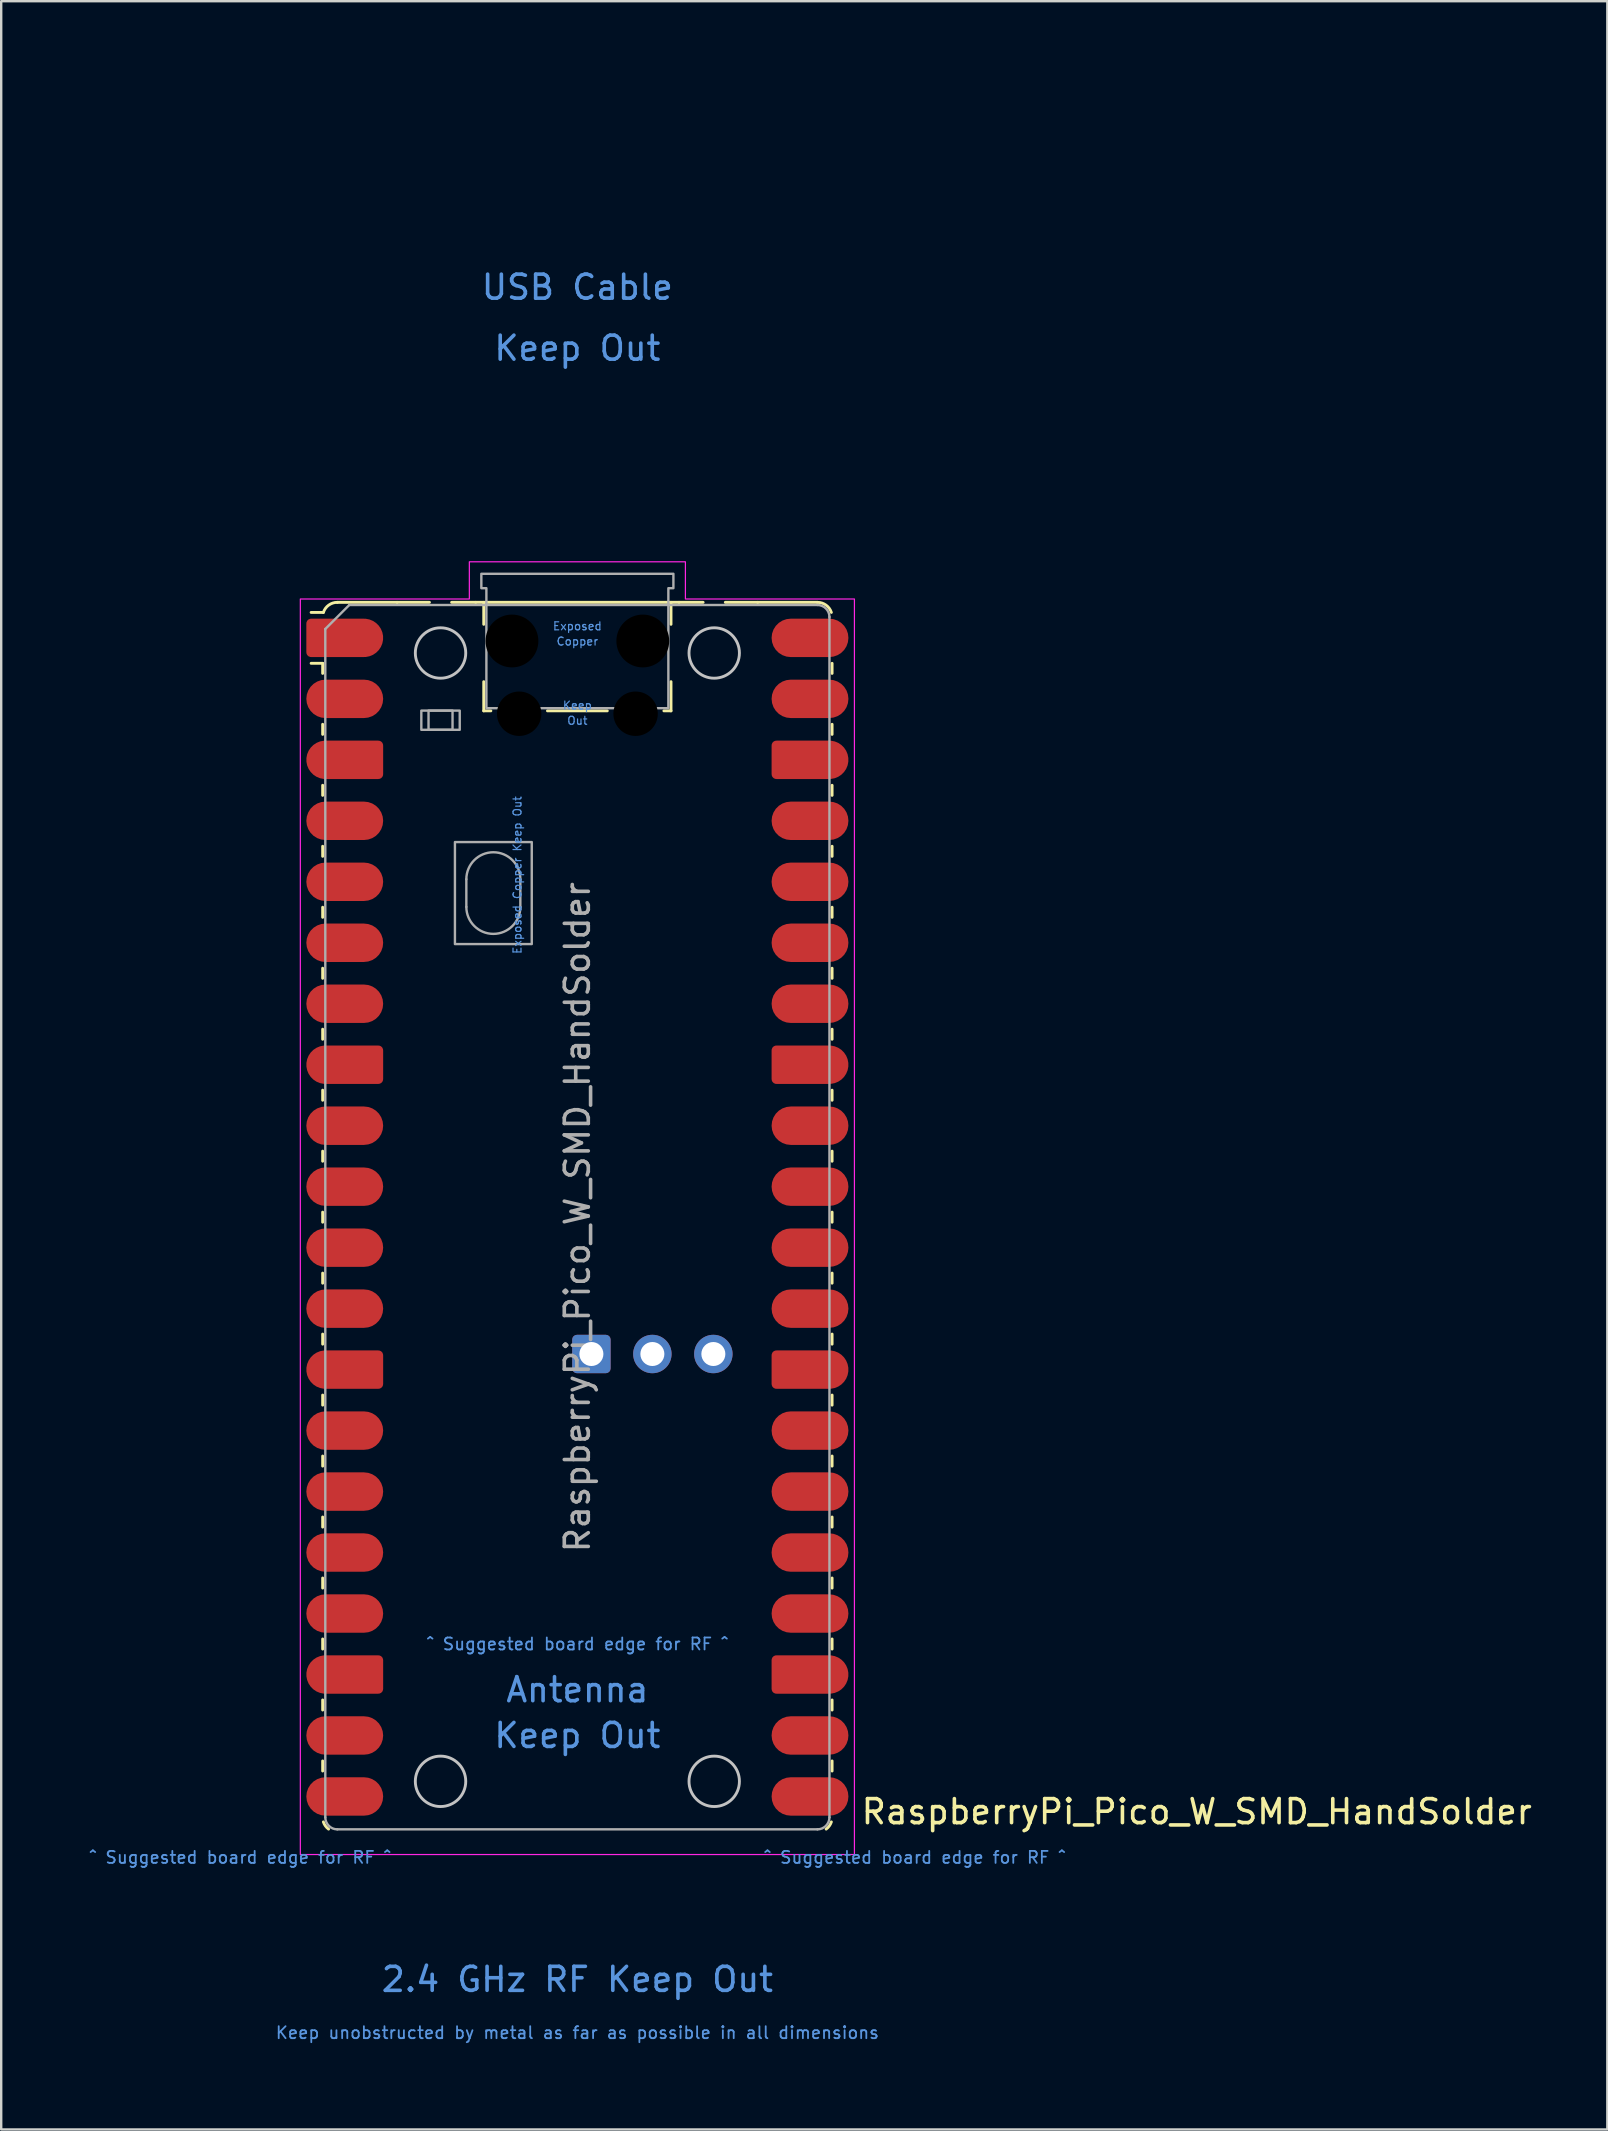
<source format=kicad_pcb>
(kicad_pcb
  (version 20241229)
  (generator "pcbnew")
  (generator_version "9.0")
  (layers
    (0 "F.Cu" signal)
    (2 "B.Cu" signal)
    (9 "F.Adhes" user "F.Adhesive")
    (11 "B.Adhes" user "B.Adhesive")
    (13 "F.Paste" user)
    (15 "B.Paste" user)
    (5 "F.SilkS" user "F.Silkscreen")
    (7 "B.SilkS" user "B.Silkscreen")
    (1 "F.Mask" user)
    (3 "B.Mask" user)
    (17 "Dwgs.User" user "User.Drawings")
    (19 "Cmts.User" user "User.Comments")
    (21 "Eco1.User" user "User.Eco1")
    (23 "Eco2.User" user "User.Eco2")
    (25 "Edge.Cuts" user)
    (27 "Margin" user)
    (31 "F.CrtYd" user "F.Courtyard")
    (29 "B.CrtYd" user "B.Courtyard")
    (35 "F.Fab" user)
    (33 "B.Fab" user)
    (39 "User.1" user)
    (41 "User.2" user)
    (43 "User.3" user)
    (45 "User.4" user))
  (footprint "RaspberryPi_Pico_W_SMD_HandSolder"
    (layer "F.Cu")
    (at 21 47.65)
    (property "Reference" "RaspberryPi_Pico_W_SMD_HandSolder" (at 11.748 24.765 0) (unlocked yes) (layer "F.SilkS") (effects (font (size 1 1) (thickness 0.15)) (justify left)))
    (attr smd)
    (fp_line (start -10.61 -23.07) (end -11.09 -23.07) (stroke (width 0.12) (type solid)) (layer "F.SilkS"))
    (fp_line (start -10.61 -23.07) (end -10.61 -22.65) (stroke (width 0.12) (type solid)) (layer "F.SilkS"))
    (fp_line (start -10.61 -20.53) (end -10.61 -20.11) (stroke (width 0.12) (type solid)) (layer "F.SilkS"))
    (fp_line (start -10.61 -17.99) (end -10.61 -17.57) (stroke (width 0.12) (type solid)) (layer "F.SilkS"))
    (fp_line (start -10.61 -15.45) (end -10.61 -15.03) (stroke (width 0.12) (type solid)) (layer "F.SilkS"))
    (fp_line (start -10.61 -12.91) (end -10.61 -12.49) (stroke (width 0.12) (type solid)) (layer "F.SilkS"))
    (fp_line (start -10.61 -10.37) (end -10.61 -9.95) (stroke (width 0.12) (type solid)) (layer "F.SilkS"))
    (fp_line (start -10.61 -7.83) (end -10.61 -7.41) (stroke (width 0.12) (type solid)) (layer "F.SilkS"))
    (fp_line (start -10.61 -5.29) (end -10.61 -4.87) (stroke (width 0.12) (type solid)) (layer "F.SilkS"))
    (fp_line (start -10.61 -2.75) (end -10.61 -2.33) (stroke (width 0.12) (type solid)) (layer "F.SilkS"))
    (fp_line (start -10.61 -0.21) (end -10.61 0.21) (stroke (width 0.12) (type solid)) (layer "F.SilkS"))
    (fp_line (start -10.61 2.33) (end -10.61 2.75) (stroke (width 0.12) (type solid)) (layer "F.SilkS"))
    (fp_line (start -10.61 4.87) (end -10.61 5.29) (stroke (width 0.12) (type solid)) (layer "F.SilkS"))
    (fp_line (start -10.61 7.41) (end -10.61 7.83) (stroke (width 0.12) (type solid)) (layer "F.SilkS"))
    (fp_line (start -10.61 9.95) (end -10.61 10.37) (stroke (width 0.12) (type solid)) (layer "F.SilkS"))
    (fp_line (start -10.61 12.49) (end -10.61 12.91) (stroke (width 0.12) (type solid)) (layer "F.SilkS"))
    (fp_line (start -10.61 15.03) (end -10.61 15.45) (stroke (width 0.12) (type solid)) (layer "F.SilkS"))
    (fp_line (start -10.61 17.57) (end -10.61 17.99) (stroke (width 0.12) (type solid)) (layer "F.SilkS"))
    (fp_line (start -10.61 20.11) (end -10.61 20.53) (stroke (width 0.12) (type solid)) (layer "F.SilkS"))
    (fp_line (start -10.61 22.65) (end -10.61 23.07) (stroke (width 0.12) (type solid)) (layer "F.SilkS"))
    (fp_line (start -10.58 -25.19) (end -11.09 -25.19) (stroke (width 0.12) (type solid)) (layer "F.SilkS"))
    (fp_line (start -10 -25.61) (end -7.51 -25.61) (stroke (width 0.12) (type solid)) (layer "F.SilkS"))
    (fp_line (start -7.51 -25.61) (end -6.162 -25.61) (stroke (width 0.12) (type solid)) (layer "F.SilkS"))
    (fp_line (start -5.238 -25.61) (end -4.235 -25.61) (stroke (width 0.12) (type solid)) (layer "F.SilkS"))
    (fp_line (start -4.235 -25.61) (end 4.235 -25.61) (stroke (width 0.12) (type solid)) (layer "F.SilkS"))
    (fp_line (start -3.9 -25.61) (end -3.9 -24.694) (stroke (width 0.12) (type solid)) (layer "F.SilkS"))
    (fp_line (start -3.9 -22.306) (end -3.9 -21.09) (stroke (width 0.12) (type solid)) (layer "F.SilkS"))
    (fp_line (start -3.9 -21.09) (end -3.604 -21.09) (stroke (width 0.12) (type solid)) (layer "F.SilkS"))
    (fp_line (start -1.246 -21.09) (end 1.246 -21.09) (stroke (width 0.12) (type solid)) (layer "F.SilkS"))
    (fp_line (start 3.604 -21.09) (end 3.9 -21.09) (stroke (width 0.12) (type solid)) (layer "F.SilkS"))
    (fp_line (start 3.9 -25.61) (end 3.9 -24.694) (stroke (width 0.12) (type solid)) (layer "F.SilkS"))
    (fp_line (start 3.9 -22.306) (end 3.9 -21.09) (stroke (width 0.12) (type solid)) (layer "F.SilkS"))
    (fp_line (start 4.235 -25.61) (end 5.238 -25.61) (stroke (width 0.12) (type solid)) (layer "F.SilkS"))
    (fp_line (start 6.162 -25.61) (end 7.51 -25.61) (stroke (width 0.12) (type solid)) (layer "F.SilkS"))
    (fp_line (start 10 -25.61) (end 7.51 -25.61) (stroke (width 0.12) (type solid)) (layer "F.SilkS"))
    (fp_line (start 10.61 -23.07) (end 10.61 -22.65) (stroke (width 0.12) (type solid)) (layer "F.SilkS"))
    (fp_line (start 10.61 -20.53) (end 10.61 -20.11) (stroke (width 0.12) (type solid)) (layer "F.SilkS"))
    (fp_line (start 10.61 -17.99) (end 10.61 -17.57) (stroke (width 0.12) (type solid)) (layer "F.SilkS"))
    (fp_line (start 10.61 -15.45) (end 10.61 -15.03) (stroke (width 0.12) (type solid)) (layer "F.SilkS"))
    (fp_line (start 10.61 -12.91) (end 10.61 -12.49) (stroke (width 0.12) (type solid)) (layer "F.SilkS"))
    (fp_line (start 10.61 -10.37) (end 10.61 -9.95) (stroke (width 0.12) (type solid)) (layer "F.SilkS"))
    (fp_line (start 10.61 -7.83) (end 10.61 -7.41) (stroke (width 0.12) (type solid)) (layer "F.SilkS"))
    (fp_line (start 10.61 -5.29) (end 10.61 -4.87) (stroke (width 0.12) (type solid)) (layer "F.SilkS"))
    (fp_line (start 10.61 -2.75) (end 10.61 -2.33) (stroke (width 0.12) (type solid)) (layer "F.SilkS"))
    (fp_line (start 10.61 -0.21) (end 10.61 0.21) (stroke (width 0.12) (type solid)) (layer "F.SilkS"))
    (fp_line (start 10.61 2.33) (end 10.61 2.75) (stroke (width 0.12) (type solid)) (layer "F.SilkS"))
    (fp_line (start 10.61 4.87) (end 10.61 5.29) (stroke (width 0.12) (type solid)) (layer "F.SilkS"))
    (fp_line (start 10.61 7.41) (end 10.61 7.83) (stroke (width 0.12) (type solid)) (layer "F.SilkS"))
    (fp_line (start 10.61 9.95) (end 10.61 10.37) (stroke (width 0.12) (type solid)) (layer "F.SilkS"))
    (fp_line (start 10.61 12.49) (end 10.61 12.91) (stroke (width 0.12) (type solid)) (layer "F.SilkS"))
    (fp_line (start 10.61 15.03) (end 10.61 15.45) (stroke (width 0.12) (type solid)) (layer "F.SilkS"))
    (fp_line (start 10.61 17.57) (end 10.61 17.99) (stroke (width 0.12) (type solid)) (layer "F.SilkS"))
    (fp_line (start 10.61 20.11) (end 10.61 20.53) (stroke (width 0.12) (type solid)) (layer "F.SilkS"))
    (fp_line (start 10.61 22.65) (end 10.61 23.07) (stroke (width 0.12) (type solid)) (layer "F.SilkS"))
    (fp_arc (start -10.579676 -25.19) (mid -10.357938 -25.493944) (end -10 -25.61) (stroke (width 0.12) (type solid)) (layer "F.SilkS"))
    (fp_arc (start -10.363318 25.49) (mid -10.494791 25.356765) (end -10.579676 25.189937) (stroke (width 0.12) (type solid)) (layer "F.SilkS"))
    (fp_arc (start 10 -25.61) (mid 10.357937 -25.493944) (end 10.579676 -25.189937) (stroke (width 0.12) (type solid)) (layer "F.SilkS"))
    (fp_arc (start 10.579676 25.189937) (mid 10.494803 25.356773) (end 10.363318 25.49) (stroke (width 0.12) (type solid)) (layer "F.SilkS"))
    (fp_circle (center -5.7 -23.5) (end -4.65 -23.5) (stroke (width 0.12) (type solid)) (fill no) (layer "Dwgs.User"))
    (fp_circle (center -5.7 23.5) (end -4.65 23.5) (stroke (width 0.12) (type solid)) (fill no) (layer "Dwgs.User"))
    (fp_circle (center 5.7 -23.5) (end 6.75 -23.5) (stroke (width 0.12) (type solid)) (fill no) (layer "Dwgs.User"))
    (fp_circle (center 5.7 23.5) (end 6.75 23.5) (stroke (width 0.12) (type solid)) (fill no) (layer "Dwgs.User"))
    (fp_poly (pts (xy -4.5 -27.3) (xy 4.5 -27.3) (xy 4.5 -25.75) (xy 11.54 -25.75) (xy 11.54 26.55) (xy -11.54 26.55) (xy -11.54 -25.75) (xy -4.5 -25.75)) (stroke (width 0.05) (type solid)) (fill no) (layer "F.CrtYd"))
    (fp_line (start -10.5 -24.5) (end -9.5 -25.5) (stroke (width 0.1) (type solid)) (layer "F.Fab"))
    (fp_line (start -10.5 25) (end -10.5 -24.5) (stroke (width 0.1) (type solid)) (layer "F.Fab"))
    (fp_line (start -9.5 -25.5) (end 10 -25.5) (stroke (width 0.1) (type solid)) (layer "F.Fab"))
    (fp_line (start -4.625 -14.075) (end -4.625 -12.925) (stroke (width 0.1) (type solid)) (layer "F.Fab"))
    (fp_line (start -2.375 -14.075) (end -2.375 -12.925) (stroke (width 0.1) (type solid)) (layer "F.Fab"))
    (fp_line (start 10 25.5) (end -10 25.5) (stroke (width 0.1) (type solid)) (layer "F.Fab"))
    (fp_line (start 10.5 -25) (end 10.5 25) (stroke (width 0.1) (type solid)) (layer "F.Fab"))
    (fp_rect (start -6.5 -21.1) (end -4.9 -20.3) (stroke (width 0.1) (type solid)) (fill no) (layer "F.Fab"))
    (fp_rect (start -6.2 -21.1) (end -5.2 -20.3) (stroke (width 0.1) (type solid)) (fill no) (layer "F.Fab"))
    (fp_rect (start -5.1 -15.625) (end -1.9 -11.375) (stroke (width 0.1) (type solid)) (fill no) (layer "F.Fab"))
    (fp_arc (start -10 25.5) (mid -10.353553 25.353553) (end -10.5 25) (stroke (width 0.1) (type solid)) (layer "F.Fab"))
    (fp_arc (start -4.625 -14.075) (mid -3.5 -15.2) (end -2.375 -14.075) (stroke (width 0.1) (type solid)) (layer "F.Fab"))
    (fp_arc (start -2.375 -12.925) (mid -3.5 -11.8) (end -4.625 -12.925) (stroke (width 0.1) (type solid)) (layer "F.Fab"))
    (fp_arc (start 10 -25.5) (mid 10.353553 -25.353553) (end 10.5 -25) (stroke (width 0.1) (type solid)) (layer "F.Fab"))
    (fp_arc (start 10.5 25) (mid 10.353553 25.353553) (end 10 25.5) (stroke (width 0.1) (type solid)) (layer "F.Fab"))
    (fp_poly (pts (xy 3.79 -21.2) (xy 3.79 -26.2) (xy 4 -26.2) (xy 4 -26.8) (xy -4 -26.8) (xy -4 -26.2) (xy -3.79 -26.2) (xy -3.79 -21.2)) (stroke (width 0.1) (type solid)) (fill no) (layer "F.Fab"))
    (fp_text user "USB Cable" (at 0 -38.735 0) (unlocked yes) (layer "Cmts.User") (effects (font (size 1 1) (thickness 0.15))))
    (fp_text user "Keep Out" (at 0 -36.195 0) (unlocked yes) (layer "Cmts.User") (effects (font (size 1 1) (thickness 0.15))))
    (fp_text user "^ Suggested board edge for RF ^" (at -14.05 26.67 0) (unlocked yes) (layer "Cmts.User") (effects (font (size 0.5 0.5) (thickness 0.075))))
    (fp_text user "^ Suggested board edge for RF ^" (at 14.05 26.67 0) (unlocked yes) (layer "Cmts.User") (effects (font (size 0.5 0.5) (thickness 0.075))))
    (fp_text user "Out" (at 0 -20.683 0) (unlocked yes) (layer "Cmts.User") (effects (font (size 0.333 0.333) (thickness 0.05))))
    (fp_text user "Keep" (at 0 -21.317 0) (unlocked yes) (layer "Cmts.User") (effects (font (size 0.333 0.333) (thickness 0.05))))
    (fp_text user "Keep unobstructed by metal as far as possible in all dimensions" (at 0 33.972 0) (unlocked yes) (layer "Cmts.User") (effects (font (size 0.5 0.5) (thickness 0.075))))
    (fp_text user "Exposed Copper Keep Out" (at -2.5 -14.25 90) (unlocked yes) (layer "Cmts.User") (effects (font (size 0.333 0.333) (thickness 0.05))))
    (fp_text user "^ Suggested board edge for RF ^" (at 0 17.78 0) (unlocked yes) (layer "Cmts.User") (effects (font (size 0.5 0.5) (thickness 0.075))))
    (fp_text user "Keep Out" (at 0 21.59 0) (unlocked yes) (layer "Cmts.User") (effects (font (size 1 1) (thickness 0.15))))
    (fp_text user "Exposed" (at 0 -24.617 0) (unlocked yes) (layer "Cmts.User") (effects (font (size 0.333 0.333) (thickness 0.05))))
    (fp_text user "Copper" (at 0 -23.983 0) (unlocked yes) (layer "Cmts.User") (effects (font (size 0.333 0.333) (thickness 0.05))))
    (fp_text user "Antenna" (at 0 19.685 0) (unlocked yes) (layer "Cmts.User") (effects (font (size 1 1) (thickness 0.15))))
    (fp_text user "2.4 GHz RF Keep Out" (at 0 31.75 0) (unlocked yes) (layer "Cmts.User") (effects (font (size 1 1) (thickness 0.15))))
    (fp_text user "${REFERENCE}" (at 0 0 90) (layer "F.Fab") (effects (font (size 1 1) (thickness 0.15))))
    (pad "" smd rect (at -8.89 -24.13) (size 3.8 2.2) (drill (offset -0.8 0)) (layers "F.Paste"))
    (pad "" smd rect (at -8.89 -21.59) (size 3.8 2.2) (drill (offset -0.8 0)) (layers "F.Paste"))
    (pad "" smd rect (at -8.89 -19.05) (size 3.8 2.2) (drill (offset -0.8 0)) (layers "F.Paste"))
    (pad "" smd rect (at -8.89 -16.51) (size 3.8 2.2) (drill (offset -0.8 0)) (layers "F.Paste"))
    (pad "" smd rect (at -8.89 -13.97) (size 3.8 2.2) (drill (offset -0.8 0)) (layers "F.Paste"))
    (pad "" smd rect (at -8.89 -11.43) (size 3.8 2.2) (drill (offset -0.8 0)) (layers "F.Paste"))
    (pad "" smd rect (at -8.89 -8.89) (size 3.8 2.2) (drill (offset -0.8 0)) (layers "F.Paste"))
    (pad "" smd rect (at -8.89 -6.35) (size 3.8 2.2) (drill (offset -0.8 0)) (layers "F.Paste"))
    (pad "" smd rect (at -8.89 -3.81) (size 3.8 2.2) (drill (offset -0.8 0)) (layers "F.Paste"))
    (pad "" smd rect (at -8.89 -1.27) (size 3.8 2.2) (drill (offset -0.8 0)) (layers "F.Paste"))
    (pad "" smd rect (at -8.89 1.27) (size 3.8 2.2) (drill (offset -0.8 0)) (layers "F.Paste"))
    (pad "" smd rect (at -8.89 3.81) (size 3.8 2.2) (drill (offset -0.8 0)) (layers "F.Paste"))
    (pad "" smd rect (at -8.89 6.35) (size 3.8 2.2) (drill (offset -0.8 0)) (layers "F.Paste"))
    (pad "" smd rect (at -8.89 8.89) (size 3.8 2.2) (drill (offset -0.8 0)) (layers "F.Paste"))
    (pad "" smd rect (at -8.89 11.43) (size 3.8 2.2) (drill (offset -0.8 0)) (layers "F.Paste"))
    (pad "" smd rect (at -8.89 13.97) (size 3.8 2.2) (drill (offset -0.8 0)) (layers "F.Paste"))
    (pad "" smd rect (at -8.89 16.51) (size 3.8 2.2) (drill (offset -0.8 0)) (layers "F.Paste"))
    (pad "" smd rect (at -8.89 19.05) (size 3.8 2.2) (drill (offset -0.8 0)) (layers "F.Paste"))
    (pad "" smd rect (at -8.89 21.59) (size 3.8 2.2) (drill (offset -0.8 0)) (layers "F.Paste"))
    (pad "" smd rect (at -8.89 24.13) (size 3.8 2.2) (drill (offset -0.8 0)) (layers "F.Paste"))
    (pad "" np_thru_hole circle (at -2.725 -24) (size 2.2 2.2) (drill 2.2) (layers "*.Mask"))
    (pad "" np_thru_hole circle (at -2.425 -20.97) (size 1.85 1.85) (drill 1.85) (layers "*.Mask"))
    (pad "" np_thru_hole circle (at 2.425 -20.97) (size 1.85 1.85) (drill 1.85) (layers "*.Mask"))
    (pad "" np_thru_hole circle (at 2.725 -24) (size 2.2 2.2) (drill 2.2) (layers "*.Mask"))
    (pad "" smd rect (at 8.89 -24.13) (size 3.8 2.2) (drill (offset 0.8 0)) (layers "F.Paste"))
    (pad "" smd rect (at 8.89 -21.59) (size 3.8 2.2) (drill (offset 0.8 0)) (layers "F.Paste"))
    (pad "" smd rect (at 8.89 -19.05) (size 3.8 2.2) (drill (offset 0.8 0)) (layers "F.Paste"))
    (pad "" smd rect (at 8.89 -16.51) (size 3.8 2.2) (drill (offset 0.8 0)) (layers "F.Paste"))
    (pad "" smd rect (at 8.89 -13.97) (size 3.8 2.2) (drill (offset 0.8 0)) (layers "F.Paste"))
    (pad "" smd rect (at 8.89 -11.43) (size 3.8 2.2) (drill (offset 0.8 0)) (layers "F.Paste"))
    (pad "" smd rect (at 8.89 -8.89) (size 3.8 2.2) (drill (offset 0.8 0)) (layers "F.Paste"))
    (pad "" smd rect (at 8.89 -6.35) (size 3.8 2.2) (drill (offset 0.8 0)) (layers "F.Paste"))
    (pad "" smd rect (at 8.89 -3.81) (size 3.8 2.2) (drill (offset 0.8 0)) (layers "F.Paste"))
    (pad "" smd rect (at 8.89 -1.27) (size 3.8 2.2) (drill (offset 0.8 0)) (layers "F.Paste"))
    (pad "" smd rect (at 8.89 1.27) (size 3.8 2.2) (drill (offset 0.8 0)) (layers "F.Paste"))
    (pad "" smd rect (at 8.89 3.81) (size 3.8 2.2) (drill (offset 0.8 0)) (layers "F.Paste"))
    (pad "" smd rect (at 8.89 6.35) (size 3.8 2.2) (drill (offset 0.8 0)) (layers "F.Paste"))
    (pad "" smd rect (at 8.89 8.89) (size 3.8 2.2) (drill (offset 0.8 0)) (layers "F.Paste"))
    (pad "" smd rect (at 8.89 11.43) (size 3.8 2.2) (drill (offset 0.8 0)) (layers "F.Paste"))
    (pad "" smd rect (at 8.89 13.97) (size 3.8 2.2) (drill (offset 0.8 0)) (layers "F.Paste"))
    (pad "" smd rect (at 8.89 16.51) (size 3.8 2.2) (drill (offset 0.8 0)) (layers "F.Paste"))
    (pad "" smd rect (at 8.89 19.05) (size 3.8 2.2) (drill (offset 0.8 0)) (layers "F.Paste"))
    (pad "" smd rect (at 8.89 21.59) (size 3.8 2.2) (drill (offset 0.8 0)) (layers "F.Paste"))
    (pad "" smd rect (at 8.89 24.13) (size 3.8 2.2) (drill (offset 0.8 0)) (layers "F.Paste"))
    (pad "1" smd custom (at -9.69 -24.13) (size 1.6 0.8) (layers "F.Cu" "F.Mask") (options (anchor rect)) (primitives (gr_circle (center 0.8 0) (end 1.6 0) (width 0) (fill yes)) (gr_poly (pts (xy -1.6 -0.6) (xy -1.6 0.6) (xy -1.4 0.8) (xy 0.8 0.8) (xy 0.8 -0.8) (xy -1.4 -0.8)) (width 0) (fill yes)) (gr_circle (center -1.4 -0.6) (end -1.2 -0.6) (width 0) (fill yes)) (gr_circle (center -1.4 0.6) (end -1.2 0.6) (width 0) (fill yes))))
    (pad "2" smd roundrect (at -9.69 -21.59) (size 3.2 1.6) (layers "F.Cu" "F.Mask") (roundrect_rratio 0.5))
    (pad "3" smd custom (at -9.69 -19.05) (size 1.6 0.8) (layers "F.Cu" "F.Mask") (options (anchor rect)) (primitives (gr_circle (center -0.8 0) (end 0 0) (width 0) (fill yes)) (gr_poly (pts (xy 1.6 -0.6) (xy 1.6 0.6) (xy 1.4 0.8) (xy -0.8 0.8) (xy -0.8 -0.8) (xy 1.4 -0.8)) (width 0) (fill yes)) (gr_circle (center 1.4 -0.6) (end 1.6 -0.6) (width 0) (fill yes)) (gr_circle (center 1.4 0.6) (end 1.6 0.6) (width 0) (fill yes))))
    (pad "4" smd roundrect (at -9.69 -16.51) (size 3.2 1.6) (layers "F.Cu" "F.Mask") (roundrect_rratio 0.5))
    (pad "5" smd roundrect (at -9.69 -13.97) (size 3.2 1.6) (layers "F.Cu" "F.Mask") (roundrect_rratio 0.5))
    (pad "6" smd roundrect (at -9.69 -11.43) (size 3.2 1.6) (layers "F.Cu" "F.Mask") (roundrect_rratio 0.5))
    (pad "7" smd roundrect (at -9.69 -8.89) (size 3.2 1.6) (layers "F.Cu" "F.Mask") (roundrect_rratio 0.5))
    (pad "8" smd custom (at -9.69 -6.35) (size 1.6 0.8) (layers "F.Cu" "F.Mask") (options (anchor rect)) (primitives (gr_circle (center -0.8 0) (end 0 0) (width 0) (fill yes)) (gr_poly (pts (xy 1.6 -0.6) (xy 1.6 0.6) (xy 1.4 0.8) (xy -0.8 0.8) (xy -0.8 -0.8) (xy 1.4 -0.8)) (width 0) (fill yes)) (gr_circle (center 1.4 -0.6) (end 1.6 -0.6) (width 0) (fill yes)) (gr_circle (center 1.4 0.6) (end 1.6 0.6) (width 0) (fill yes))))
    (pad "9" smd roundrect (at -9.69 -3.81) (size 3.2 1.6) (layers "F.Cu" "F.Mask") (roundrect_rratio 0.5))
    (pad "10" smd roundrect (at -9.69 -1.27) (size 3.2 1.6) (layers "F.Cu" "F.Mask") (roundrect_rratio 0.5))
    (pad "11" smd roundrect (at -9.69 1.27) (size 3.2 1.6) (layers "F.Cu" "F.Mask") (roundrect_rratio 0.5))
    (pad "12" smd roundrect (at -9.69 3.81) (size 3.2 1.6) (layers "F.Cu" "F.Mask") (roundrect_rratio 0.5))
    (pad "13" smd custom (at -9.69 6.35) (size 1.6 0.8) (layers "F.Cu" "F.Mask") (options (anchor rect)) (primitives (gr_circle (center -0.8 0) (end 0 0) (width 0) (fill yes)) (gr_poly (pts (xy 1.6 -0.6) (xy 1.6 0.6) (xy 1.4 0.8) (xy -0.8 0.8) (xy -0.8 -0.8) (xy 1.4 -0.8)) (width 0) (fill yes)) (gr_circle (center 1.4 -0.6) (end 1.6 -0.6) (width 0) (fill yes)) (gr_circle (center 1.4 0.6) (end 1.6 0.6) (width 0) (fill yes))))
    (pad "14" smd roundrect (at -9.69 8.89) (size 3.2 1.6) (layers "F.Cu" "F.Mask") (roundrect_rratio 0.5))
    (pad "15" smd roundrect (at -9.69 11.43) (size 3.2 1.6) (layers "F.Cu" "F.Mask") (roundrect_rratio 0.5))
    (pad "16" smd roundrect (at -9.69 13.97) (size 3.2 1.6) (layers "F.Cu" "F.Mask") (roundrect_rratio 0.5))
    (pad "17" smd roundrect (at -9.69 16.51) (size 3.2 1.6) (layers "F.Cu" "F.Mask") (roundrect_rratio 0.5))
    (pad "18" smd custom (at -9.69 19.05) (size 1.6 0.8) (layers "F.Cu" "F.Mask") (options (anchor rect)) (primitives (gr_circle (center -0.8 0) (end 0 0) (width 0) (fill yes)) (gr_poly (pts (xy 1.6 -0.6) (xy 1.6 0.6) (xy 1.4 0.8) (xy -0.8 0.8) (xy -0.8 -0.8) (xy 1.4 -0.8)) (width 0) (fill yes)) (gr_circle (center 1.4 -0.6) (end 1.6 -0.6) (width 0) (fill yes)) (gr_circle (center 1.4 0.6) (end 1.6 0.6) (width 0) (fill yes))))
    (pad "19" smd roundrect (at -9.69 21.59) (size 3.2 1.6) (layers "F.Cu" "F.Mask") (roundrect_rratio 0.5))
    (pad "20" smd roundrect (at -9.69 24.13) (size 3.2 1.6) (layers "F.Cu" "F.Mask") (roundrect_rratio 0.5))
    (pad "21" smd roundrect (at 9.69 24.13) (size 3.2 1.6) (layers "F.Cu" "F.Mask") (roundrect_rratio 0.5))
    (pad "22" smd roundrect (at 9.69 21.59) (size 3.2 1.6) (layers "F.Cu" "F.Mask") (roundrect_rratio 0.5))
    (pad "23" smd custom (at 9.69 19.05) (size 1.6 0.8) (layers "F.Cu" "F.Mask") (options (anchor rect)) (primitives (gr_circle (center 0.8 0) (end 1.6 0) (width 0) (fill yes)) (gr_poly (pts (xy -1.6 -0.6) (xy -1.6 0.6) (xy -1.4 0.8) (xy 0.8 0.8) (xy 0.8 -0.8) (xy -1.4 -0.8)) (width 0) (fill yes)) (gr_circle (center -1.4 -0.6) (end -1.2 -0.6) (width 0) (fill yes)) (gr_circle (center -1.4 0.6) (end -1.2 0.6) (width 0) (fill yes))))
    (pad "24" smd roundrect (at 9.69 16.51) (size 3.2 1.6) (layers "F.Cu" "F.Mask") (roundrect_rratio 0.5))
    (pad "25" smd roundrect (at 9.69 13.97) (size 3.2 1.6) (layers "F.Cu" "F.Mask") (roundrect_rratio 0.5))
    (pad "26" smd roundrect (at 9.69 11.43) (size 3.2 1.6) (layers "F.Cu" "F.Mask") (roundrect_rratio 0.5))
    (pad "27" smd roundrect (at 9.69 8.89) (size 3.2 1.6) (layers "F.Cu" "F.Mask") (roundrect_rratio 0.5))
    (pad "28" smd custom (at 9.69 6.35) (size 1.6 0.8) (layers "F.Cu" "F.Mask") (options (anchor rect)) (primitives (gr_circle (center 0.8 0) (end 1.6 0) (width 0) (fill yes)) (gr_poly (pts (xy -1.6 -0.6) (xy -1.6 0.6) (xy -1.4 0.8) (xy 0.8 0.8) (xy 0.8 -0.8) (xy -1.4 -0.8)) (width 0) (fill yes)) (gr_circle (center -1.4 -0.6) (end -1.2 -0.6) (width 0) (fill yes)) (gr_circle (center -1.4 0.6) (end -1.2 0.6) (width 0) (fill yes))))
    (pad "29" smd roundrect (at 9.69 3.81) (size 3.2 1.6) (layers "F.Cu" "F.Mask") (roundrect_rratio 0.5))
    (pad "30" smd roundrect (at 9.69 1.27) (size 3.2 1.6) (layers "F.Cu" "F.Mask") (roundrect_rratio 0.5))
    (pad "31" smd roundrect (at 9.69 -1.27) (size 3.2 1.6) (layers "F.Cu" "F.Mask") (roundrect_rratio 0.5))
    (pad "32" smd roundrect (at 9.69 -3.81) (size 3.2 1.6) (layers "F.Cu" "F.Mask") (roundrect_rratio 0.5))
    (pad "33" smd custom (at 9.69 -6.35) (size 1.6 0.8) (layers "F.Cu" "F.Mask") (options (anchor rect)) (primitives (gr_circle (center 0.8 0) (end 1.6 0) (width 0) (fill yes)) (gr_poly (pts (xy -1.6 -0.6) (xy -1.6 0.6) (xy -1.4 0.8) (xy 0.8 0.8) (xy 0.8 -0.8) (xy -1.4 -0.8)) (width 0) (fill yes)) (gr_circle (center -1.4 -0.6) (end -1.2 -0.6) (width 0) (fill yes)) (gr_circle (center -1.4 0.6) (end -1.2 0.6) (width 0) (fill yes))))
    (pad "34" smd roundrect (at 9.69 -8.89) (size 3.2 1.6) (layers "F.Cu" "F.Mask") (roundrect_rratio 0.5))
    (pad "35" smd roundrect (at 9.69 -11.43) (size 3.2 1.6) (layers "F.Cu" "F.Mask") (roundrect_rratio 0.5))
    (pad "36" smd roundrect (at 9.69 -13.97) (size 3.2 1.6) (layers "F.Cu" "F.Mask") (roundrect_rratio 0.5))
    (pad "37" smd roundrect (at 9.69 -16.51) (size 3.2 1.6) (layers "F.Cu" "F.Mask") (roundrect_rratio 0.5))
    (pad "38" smd custom (at 9.69 -19.05) (size 1.6 0.8) (layers "F.Cu" "F.Mask") (options (anchor rect)) (primitives (gr_circle (center 0.8 0) (end 1.6 0) (width 0) (fill yes)) (gr_poly (pts (xy -1.6 -0.6) (xy -1.6 0.6) (xy -1.4 0.8) (xy 0.8 0.8) (xy 0.8 -0.8) (xy -1.4 -0.8)) (width 0) (fill yes)) (gr_circle (center -1.4 -0.6) (end -1.2 -0.6) (width 0) (fill yes)) (gr_circle (center -1.4 0.6) (end -1.2 0.6) (width 0) (fill yes))))
    (pad "39" smd roundrect (at 9.69 -21.59) (size 3.2 1.6) (layers "F.Cu" "F.Mask") (roundrect_rratio 0.5))
    (pad "40" smd roundrect (at 9.69 -24.13) (size 3.2 1.6) (layers "F.Cu" "F.Mask") (roundrect_rratio 0.5))
    (pad "D1" thru_hole roundrect (at 0.584 5.7) (size 1.6 1.6) (drill 1) (layers "*.Cu" "*.Mask") (roundrect_rratio 0.125))
    (pad "D2" thru_hole circle (at 3.124 5.7) (size 1.6 1.6) (drill 1) (layers "*.Cu" "*.Mask"))
    (pad "D3" thru_hole circle (at 5.664 5.7) (size 1.6 1.6) (drill 1) (layers "*.Cu" "*.Mask"))
    (zone (net_name "") (layers "F.Cu" "B.Cu" "F.Paste" "B.Paste") (name "RF Copper Keep Out") (hatch full 0.5) (connect_pads) (min_thickness 0.254) (filled_areas_thickness no) (keepout (tracks not_allowed) (vias not_allowed) (pads not_allowed) (copperpour not_allowed) (footprints not_allowed)) (placement (enabled no)) (fill) (polygon (pts (xy 0 72.65) (xy 42 72.65) (xy 42 82.65) (xy 0 82.65))))
    (zone (net_name "") (layers "F.Cu" "B.Cu" "F.Paste" "B.Paste") (name "Antenna Copper Keep Out") (hatch full 0.5) (connect_pads) (min_thickness 0.254) (filled_areas_thickness no) (keepout (tracks not_allowed) (vias not_allowed) (pads not_allowed) (copperpour not_allowed) (footprints not_allowed)) (placement (enabled no)) (fill) (polygon (pts (xy 18.6 72.64) (xy 13.9 68.99) (xy 13.9 64.65) (xy 28.1 64.65) (xy 28.1 68.99) (xy 23.4 72.64) (xy 23.4 72.65) (xy 18.6 72.65))))
    (zone (net_name "") (layers "F.Cu" "F.Paste") (name "Pad Keep Out TP6") (hatch full 0.5) (connect_pads) (min_thickness 0.25) (filled_areas_thickness no) (keepout (tracks not_allowed) (vias not_allowed) (pads not_allowed) (copperpour not_allowed) (footprints allowed)) (placement (enabled no)) (fill) (polygon (pts (xy 17.984 37.598) (xy 17.858 37.564) (xy 17.744 37.498) (xy 17.652 37.406) (xy 17.586 37.292) (xy 17.552 37.166) (xy 17.55 37.1) (xy 17.55 33.4) (xy 19.45 33.4) (xy 19.45 37.1) (xy 19.448 37.166) (xy 19.414 37.292) (xy 19.348 37.406) (xy 19.256 37.498) (xy 19.142 37.564) (xy 19.016 37.598) (xy 18.95 37.6) (xy 18.05 37.6))))
    (zone (net_name "") (layers "F.Cu" "F.Paste") (name "Pad Keep Out TP3") (hatch full 0.5) (connect_pads) (min_thickness 0.25) (filled_areas_thickness no) (keepout (tracks not_allowed) (vias not_allowed) (pads not_allowed) (copperpour not_allowed) (footprints allowed)) (placement (enabled no)) (fill) (polygon (pts (xy 19.052 22.834) (xy 19.086 22.708) (xy 19.152 22.594) (xy 19.244 22.502) (xy 19.358 22.436) (xy 19.484 22.402) (xy 19.55 22.4) (xy 20 22.4) (xy 20 24.3) (xy 19.55 24.3) (xy 19.484 24.298) (xy 19.358 24.264) (xy 19.244 24.198) (xy 19.152 24.106) (xy 19.086 23.992) (xy 19.052 23.866) (xy 19.05 23.8) (xy 19.05 22.9))))
    (zone (net_name "") (layers "F.Cu" "F.Paste") (name "Pad Keep Out TP4") (hatch full 0.5) (connect_pads) (min_thickness 0.25) (filled_areas_thickness no) (keepout (tracks not_allowed) (vias not_allowed) (pads not_allowed) (copperpour not_allowed) (footprints allowed)) (placement (enabled no)) (fill) (polygon (pts (xy 19.45 33.4) (xy 19.45 29.7) (xy 19.448 29.634) (xy 19.414 29.508) (xy 19.348 29.394) (xy 19.256 29.302) (xy 19.142 29.236) (xy 19.016 29.202) (xy 18.95 29.2) (xy 18.05 29.2) (xy 17.984 29.202) (xy 17.858 29.236) (xy 17.744 29.302) (xy 17.652 29.394) (xy 17.586 29.508) (xy 17.552 29.634) (xy 17.55 29.7) (xy 17.55 33.4))))
    (zone (net_name "") (layers "F.Cu" "F.Paste") (name "Pad Keep Out TP3") (hatch full 0.5) (connect_pads) (min_thickness 0.25) (filled_areas_thickness no) (keepout (tracks not_allowed) (vias not_allowed) (pads not_allowed) (copperpour not_allowed) (footprints allowed)) (placement (enabled no)) (fill) (polygon (pts (xy 20 24.3) (xy 20.45 24.3) (xy 20.516 24.298) (xy 20.642 24.264) (xy 20.756 24.198) (xy 20.848 24.106) (xy 20.914 23.992) (xy 20.948 23.866) (xy 20.95 23.8) (xy 20.95 22.9) (xy 20.948 22.834) (xy 20.914 22.708) (xy 20.848 22.594) (xy 20.756 22.502) (xy 20.642 22.436) (xy 20.516 22.402) (xy 20.45 22.4) (xy 20 22.4))))
    (zone (net_name "") (layers "F.Cu" "F.Paste") (name "Pad Keep Out TP1") (hatch full 0.5) (connect_pads) (min_thickness 0.25) (filled_areas_thickness no) (keepout (tracks not_allowed) (vias not_allowed) (pads not_allowed) (copperpour not_allowed) (footprints allowed)) (placement (enabled no)) (fill) (polygon (pts (xy 20.052 26.134) (xy 20.086 26.008) (xy 20.152 25.894) (xy 20.244 25.802) (xy 20.358 25.736) (xy 20.484 25.702) (xy 20.55 25.7) (xy 21 25.7) (xy 21 27.6) (xy 20.55 27.6) (xy 20.484 27.598) (xy 20.358 27.564) (xy 20.244 27.498) (xy 20.152 27.406) (xy 20.086 27.292) (xy 20.052 27.166) (xy 20.05 27.1) (xy 20.05 26.2))))
    (zone (net_name "") (layers "F.Cu" "F.Paste") (name "Pad Keep Out TP1") (hatch full 0.5) (connect_pads) (min_thickness 0.25) (filled_areas_thickness no) (keepout (tracks not_allowed) (vias not_allowed) (pads not_allowed) (copperpour not_allowed) (footprints allowed)) (placement (enabled no)) (fill) (polygon (pts (xy 21 27.6) (xy 21.45 27.6) (xy 21.516 27.598) (xy 21.642 27.564) (xy 21.756 27.498) (xy 21.848 27.406) (xy 21.914 27.292) (xy 21.948 27.166) (xy 21.95 27.1) (xy 21.95 26.2) (xy 21.948 26.134) (xy 21.914 26.008) (xy 21.848 25.894) (xy 21.756 25.802) (xy 21.642 25.736) (xy 21.516 25.702) (xy 21.45 25.7) (xy 21 25.7))))
    (zone (net_name "") (layers "F.Cu" "F.Paste") (name "Pad Keep Out TP2") (hatch full 0.5) (connect_pads) (min_thickness 0.25) (filled_areas_thickness no) (keepout (tracks not_allowed) (vias not_allowed) (pads not_allowed) (copperpour not_allowed) (footprints allowed)) (placement (enabled no)) (fill) (polygon (pts (xy 21.052 22.849) (xy 21.086 22.723) (xy 21.152 22.609) (xy 21.244 22.517) (xy 21.358 22.451) (xy 21.484 22.417) (xy 21.55 22.415) (xy 22 22.415) (xy 22 24.315) (xy 21.55 24.315) (xy 21.484 24.313) (xy 21.358 24.279) (xy 21.244 24.213) (xy 21.152 24.121) (xy 21.086 24.007) (xy 21.052 23.881) (xy 21.05 23.815) (xy 21.05 22.915))))
    (zone (net_name "") (layers "F.Cu" "F.Paste") (name "Pad Keep Out TP2") (hatch full 0.5) (connect_pads) (min_thickness 0.25) (filled_areas_thickness no) (keepout (tracks not_allowed) (vias not_allowed) (pads not_allowed) (copperpour not_allowed) (footprints allowed)) (placement (enabled no)) (fill) (polygon (pts (xy 22 24.315) (xy 22.45 24.315) (xy 22.516 24.313) (xy 22.642 24.279) (xy 22.756 24.213) (xy 22.848 24.121) (xy 22.914 24.007) (xy 22.948 23.881) (xy 22.95 23.815) (xy 22.95 22.915) (xy 22.948 22.849) (xy 22.914 22.723) (xy 22.848 22.609) (xy 22.756 22.517) (xy 22.642 22.451) (xy 22.516 22.417) (xy 22.45 22.415) (xy 22 22.415))))
    (zone (net_name "") (layer "Edge.Cuts") (name "Board Keep Out USB Cable") (hatch edge 0.5) (connect_pads) (min_thickness 0.254) (filled_areas_thickness no) (keepout (tracks allowed) (vias allowed) (pads allowed) (copperpour allowed) (footprints allowed)) (placement (enabled no)) (fill) (polygon (pts (xy 14.8 0) (xy 27.2 0) (xy 27.2 20.4) (xy 14.8 20.4))))
    (zone (net_name "") (layer "Edge.Cuts") (name "Board Keep Out Suggestion RF") (hatch edge 0.5) (connect_pads) (min_thickness 0.254) (filled_areas_thickness no) (keepout (tracks allowed) (vias allowed) (pads allowed) (copperpour allowed) (footprints allowed)) (placement (enabled no)) (fill) (polygon (pts (xy 28.1 73.65) (xy 42 73.65) (xy 42 82.65) (xy 0 82.65) (xy 0 73.65) (xy 13.9 73.65) (xy 13.9 64.65) (xy 28.1 64.65))))
    (zone (net_name "") (layer "F.CrtYd") (name "USB Cable Keep Out") (hatch full 0.5) (connect_pads) (min_thickness 0.254) (filled_areas_thickness no) (keepout (tracks allowed) (vias allowed) (pads allowed) (copperpour allowed) (footprints not_allowed)) (placement (enabled no)) (fill) (polygon (pts (xy 15.25 19.95) (xy 17.06 19.95) (xy 17.06 20.35) (xy 24.94 20.35) (xy 24.94 19.95) (xy 26.75 19.95) (xy 26.75 0.45) (xy 15.25 0.45)))))
  (gr_rect
    (start -3 -3)
    (end 63.902 85.65)
    (stroke (width 0.1) (type default))
    (fill no)
    (layer "Edge.Cuts")))
</source>
